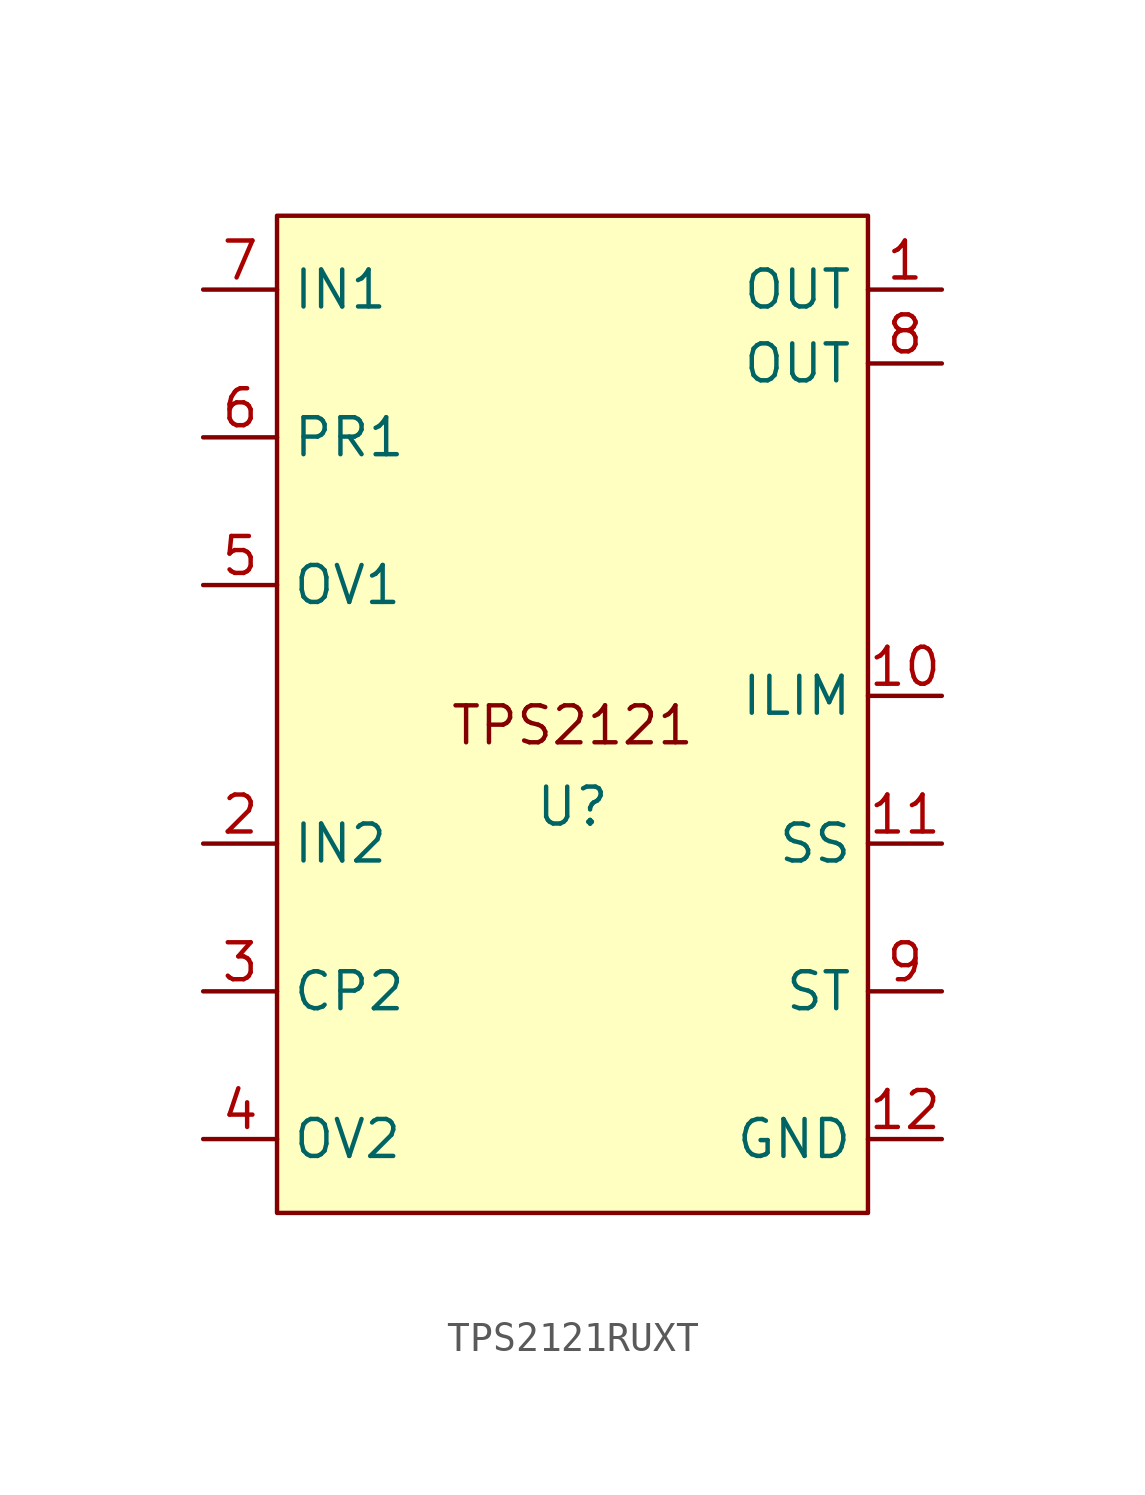
<source format=kicad_sym>
(kicad_symbol_lib
  (version 20231120)
  (generator "kicad_symbol_editor")
  (generator_version "8.0")
  (symbol "TPS2121RUXT"
    (property "Reference" "U"
      (at 0 -2.54 0)
      (effects (font (size 1.27 1.27))))
    (property "Value" ""
      (at 0 -2.54 0)
      (effects (font (size 1.27 1.27))))
    (symbol "TPS2121RUXT_1_1"
      (rectangle (start -10.16 17.78) (end 10.16 -16.51) (stroke (width 0) (type default)) (fill (type background)))
      (text "TPS2121" (at 0 0.254 0) (effects (font (size 1.27 1.27))))
      (pin passive line (at 12.7 15.24 180) (length 2.54) (name "OUT" (effects (font (size 1.27 1.27)))) (number "1" (effects (font (size 1.27 1.27)))))
      (pin passive line (at 12.7 1.27 180) (length 2.54) (name "ILIM" (effects (font (size 1.27 1.27)))) (number "10" (effects (font (size 1.27 1.27)))))
      (pin passive line (at 12.7 -3.81 180) (length 2.54) (name "SS" (effects (font (size 1.27 1.27)))) (number "11" (effects (font (size 1.27 1.27)))))
      (pin passive line (at 12.7 -13.97 180) (length 2.54) (name "GND" (effects (font (size 1.27 1.27)))) (number "12" (effects (font (size 1.27 1.27)))))
      (pin passive line (at -12.7 -3.81 0) (length 2.54) (name "IN2" (effects (font (size 1.27 1.27)))) (number "2" (effects (font (size 1.27 1.27)))))
      (pin passive line (at -12.7 -8.89 0) (length 2.54) (name "CP2" (effects (font (size 1.27 1.27)))) (number "3" (effects (font (size 1.27 1.27)))))
      (pin passive line (at -12.7 -13.97 0) (length 2.54) (name "OV2" (effects (font (size 1.27 1.27)))) (number "4" (effects (font (size 1.27 1.27)))))
      (pin passive line (at -12.7 5.08 0) (length 2.54) (name "OV1" (effects (font (size 1.27 1.27)))) (number "5" (effects (font (size 1.27 1.27)))))
      (pin passive line (at -12.7 10.16 0) (length 2.54) (name "PR1" (effects (font (size 1.27 1.27)))) (number "6" (effects (font (size 1.27 1.27)))))
      (pin passive line (at -12.7 15.24 0) (length 2.54) (name "IN1" (effects (font (size 1.27 1.27)))) (number "7" (effects (font (size 1.27 1.27)))))
      (pin passive line (at 12.7 12.7 180) (length 2.54) (name "OUT" (effects (font (size 1.27 1.27)))) (number "8" (effects (font (size 1.27 1.27)))))
      (pin passive line (at 12.7 -8.89 180) (length 2.54) (name "ST" (effects (font (size 1.27 1.27)))) (number "9" (effects (font (size 1.27 1.27))))))))
</source>
